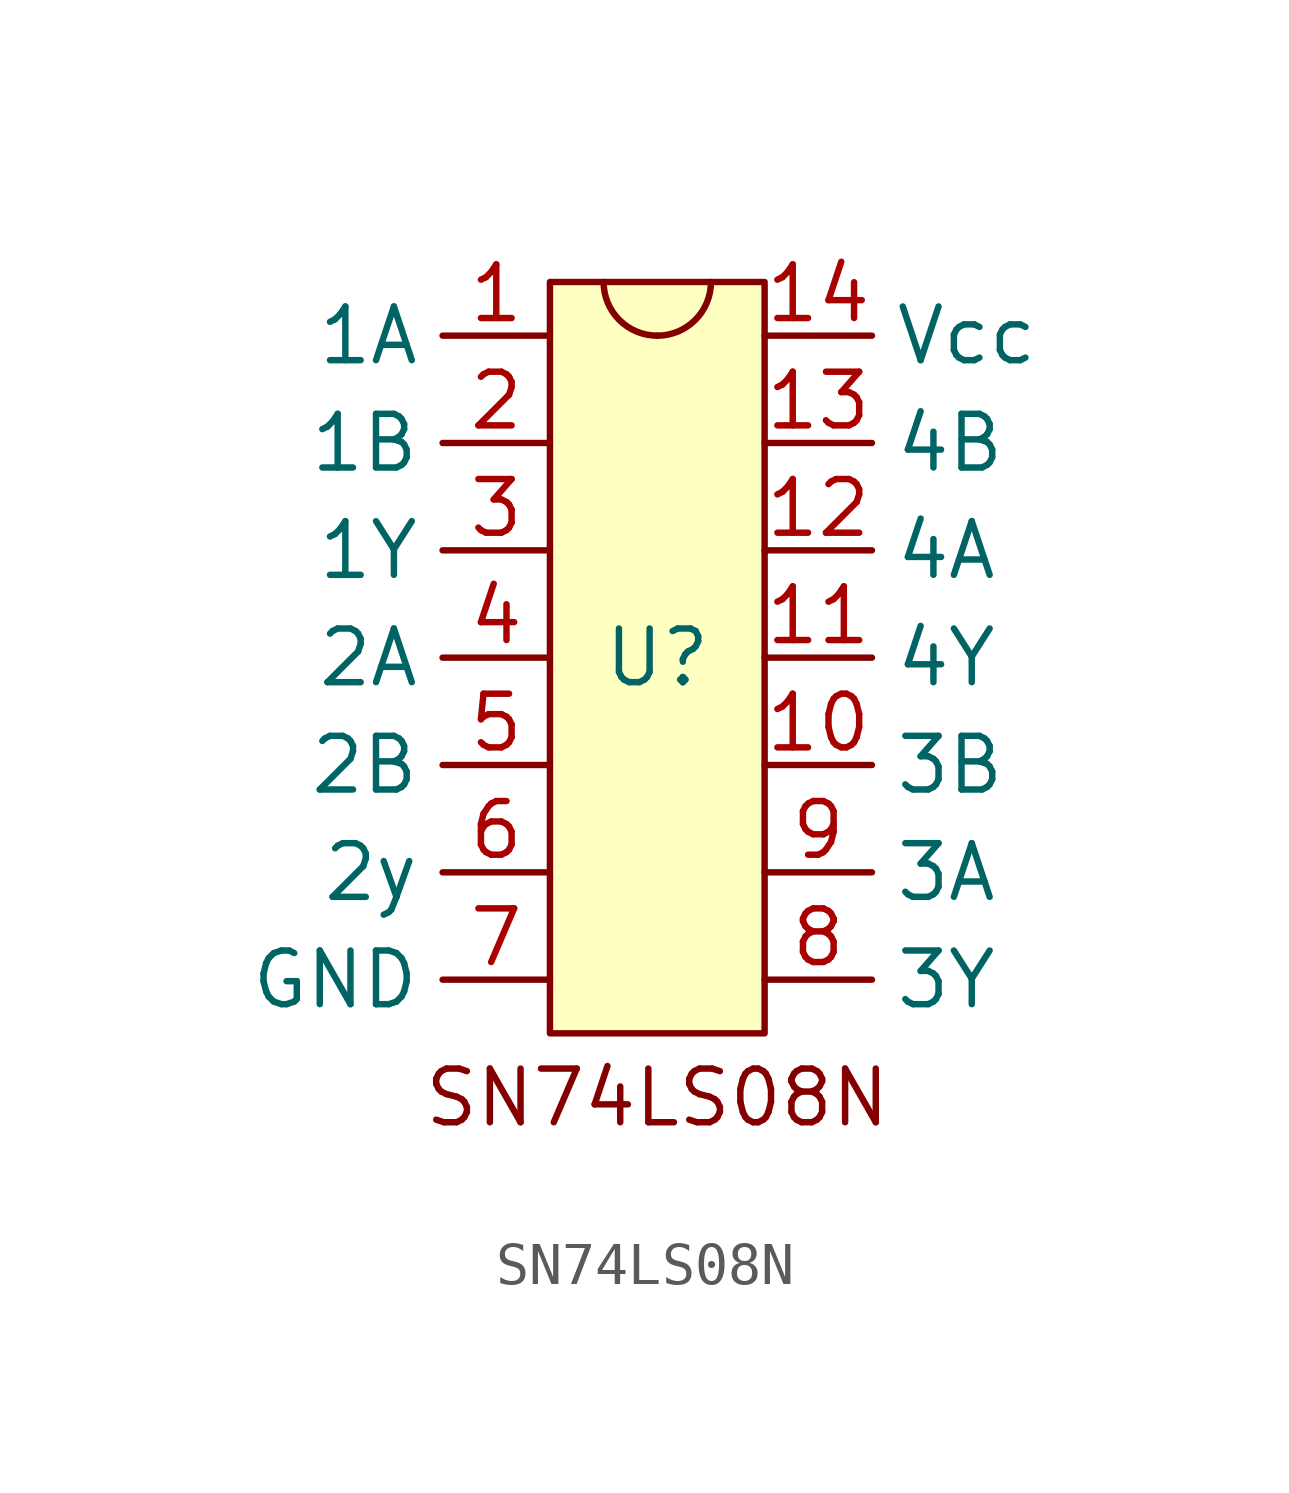
<source format=kicad_sym>
(kicad_symbol_lib
  (version 20231120)
  (generator "kicad_symbol_editor")
  (generator_version "8.0")
  (symbol "SN74LS08N"
    (property "Reference" "U"
      (at 0 0 0)
      (effects (font (size 1.27 1.27))))
    (property "Value" ""
      (at 0 0 0)
      (effects (font (size 1.27 1.27))))
    (symbol "SN74LS08N_0_1"
      (rectangle (start -2.54 8.89) (end 2.54 -8.89) (stroke (width 0) (type default)) (fill (type background)))
      (arc (start -1.27 8.89) (mid -0.898 7.992) (end 0 7.62) (stroke (width 0) (type default)) (fill (type none)))
      (arc (start 0 7.62) (mid 0.898 7.992) (end 1.27 8.89) (stroke (width 0) (type default)) (fill (type none))))
    (symbol "SN74LS08N_1_1"
      (text "SN74LS08N" (at 0 -10.414 0) (effects (font (size 1.27 1.27))))
      (pin input line (at -2.54 7.62 180) (length 2.54) (name "1A" (effects (font (size 1.27 1.27)))) (number "1" (effects (font (size 1.27 1.27)))))
      (pin input line (at 2.54 -2.54 0) (length 2.54) (name "3B" (effects (font (size 1.27 1.27)))) (number "10" (effects (font (size 1.27 1.27)))))
      (pin output line (at 2.54 0 0) (length 2.54) (name "4Y" (effects (font (size 1.27 1.27)))) (number "11" (effects (font (size 1.27 1.27)))))
      (pin input line (at 2.54 2.54 0) (length 2.54) (name "4A" (effects (font (size 1.27 1.27)))) (number "12" (effects (font (size 1.27 1.27)))))
      (pin input line (at 2.54 5.08 0) (length 2.54) (name "4B" (effects (font (size 1.27 1.27)))) (number "13" (effects (font (size 1.27 1.27)))))
      (pin power_in line (at 2.54 7.62 0) (length 2.54) (name "Vcc" (effects (font (size 1.27 1.27)))) (number "14" (effects (font (size 1.27 1.27)))))
      (pin input line (at -2.54 5.08 180) (length 2.54) (name "1B" (effects (font (size 1.27 1.27)))) (number "2" (effects (font (size 1.27 1.27)))))
      (pin output line (at -2.54 2.54 180) (length 2.54) (name "1Y" (effects (font (size 1.27 1.27)))) (number "3" (effects (font (size 1.27 1.27)))))
      (pin input line (at -2.54 0 180) (length 2.54) (name "2A" (effects (font (size 1.27 1.27)))) (number "4" (effects (font (size 1.27 1.27)))))
      (pin input line (at -2.54 -2.54 180) (length 2.54) (name "2B" (effects (font (size 1.27 1.27)))) (number "5" (effects (font (size 1.27 1.27)))))
      (pin output line (at -2.54 -5.08 180) (length 2.54) (name "2y" (effects (font (size 1.27 1.27)))) (number "6" (effects (font (size 1.27 1.27)))))
      (pin power_in line (at -2.54 -7.62 180) (length 2.54) (name "GND" (effects (font (size 1.27 1.27)))) (number "7" (effects (font (size 1.27 1.27)))))
      (pin output line (at 2.54 -7.62 0) (length 2.54) (name "3Y" (effects (font (size 1.27 1.27)))) (number "8" (effects (font (size 1.27 1.27)))))
      (pin input line (at 2.54 -5.08 0) (length 2.54) (name "3A" (effects (font (size 1.27 1.27)))) (number "9" (effects (font (size 1.27 1.27))))))))
</source>
